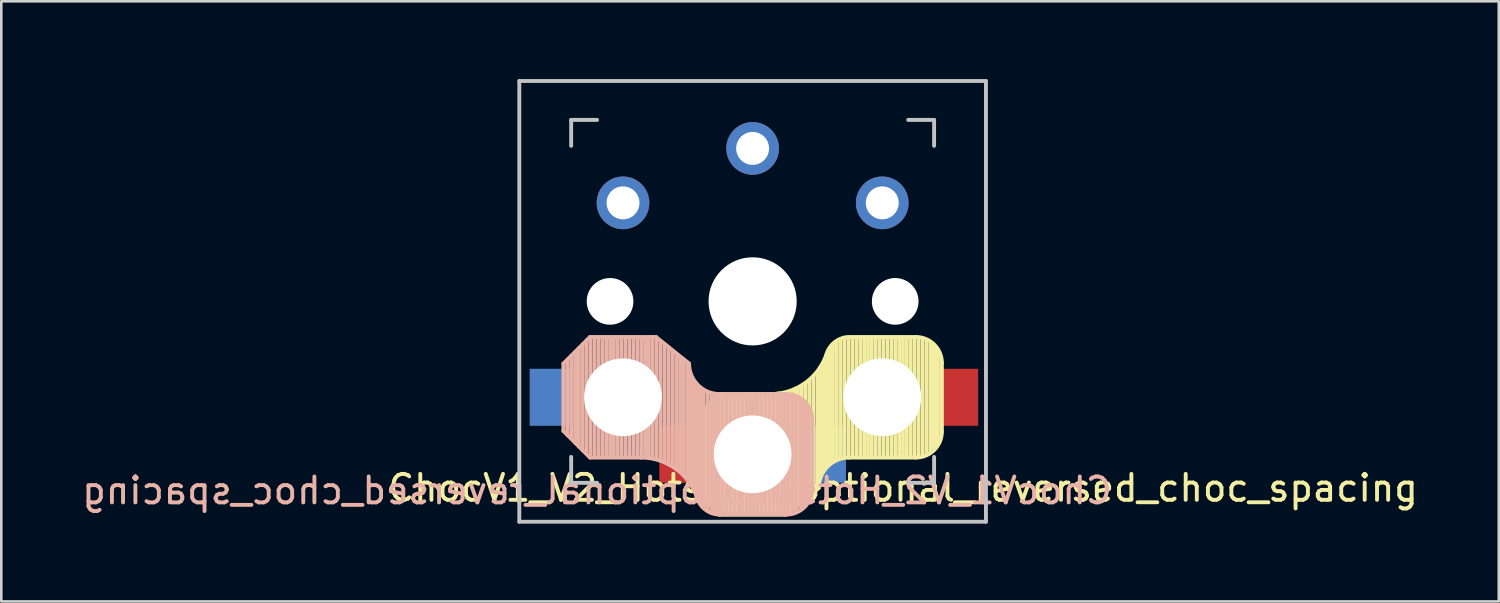
<source format=kicad_pcb>
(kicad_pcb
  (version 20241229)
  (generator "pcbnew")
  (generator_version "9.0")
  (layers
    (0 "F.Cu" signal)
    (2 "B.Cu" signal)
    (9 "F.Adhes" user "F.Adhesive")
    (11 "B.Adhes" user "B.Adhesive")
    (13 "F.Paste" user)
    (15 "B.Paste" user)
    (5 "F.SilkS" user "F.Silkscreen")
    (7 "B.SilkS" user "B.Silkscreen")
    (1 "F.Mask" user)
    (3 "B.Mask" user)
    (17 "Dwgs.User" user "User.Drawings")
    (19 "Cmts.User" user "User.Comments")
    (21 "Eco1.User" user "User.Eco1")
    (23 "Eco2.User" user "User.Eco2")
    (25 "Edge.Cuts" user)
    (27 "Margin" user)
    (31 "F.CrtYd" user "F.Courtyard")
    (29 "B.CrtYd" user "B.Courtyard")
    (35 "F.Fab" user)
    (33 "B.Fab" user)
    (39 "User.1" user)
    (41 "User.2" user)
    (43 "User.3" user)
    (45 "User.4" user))
  (footprint "ChocV1_V2_Hotswap_optional_reversed_choc_spacing"
    (layer "F.Cu")
    (at 25.982 8.575)
    (property "Reference" "ChocV1_V2_Hotswap_optional_reversed_choc_spacing" (at 5.8 7.2 0) (unlocked yes) (layer "F.SilkS") (effects (font (size 1 1) (thickness 0.15))))
    (attr through_hole)
    (fp_line (start -2.3 4.6) (end -1.275 3.575) (stroke (width 0.15) (type solid)) (layer "F.SilkS"))
    (fp_line (start -2.3 7.2) (end -2.3 4.6) (stroke (width 0.15) (type solid)) (layer "F.SilkS"))
    (fp_line (start -2.3 7.2) (end -1.275 8.225) (stroke (width 0.15) (type solid)) (layer "F.SilkS"))
    (fp_line (start -2.15 4.45) (end -2.15 7.35) (stroke (width 0.15) (type solid)) (layer "F.SilkS"))
    (fp_line (start -2 4.35) (end -2 7.5) (stroke (width 0.15) (type solid)) (layer "F.SilkS"))
    (fp_line (start -1.85 4.15) (end -1.85 7.65) (stroke (width 0.15) (type solid)) (layer "F.SilkS"))
    (fp_line (start -1.7 4) (end -1.7 7.8) (stroke (width 0.15) (type solid)) (layer "F.SilkS"))
    (fp_line (start -1.55 3.85) (end -1.55 7.95) (stroke (width 0.15) (type solid)) (layer "F.SilkS"))
    (fp_line (start -1.4 3.75) (end -1.4 8.1) (stroke (width 0.15) (type solid)) (layer "F.SilkS"))
    (fp_line (start -1.25 3.6) (end -1.25 8.2) (stroke (width 0.15) (type solid)) (layer "F.SilkS"))
    (fp_line (start -1.1 3.6) (end -1.1 8.2) (stroke (width 0.15) (type solid)) (layer "F.SilkS"))
    (fp_line (start -0.95 3.6) (end -0.95 8.2) (stroke (width 0.15) (type solid)) (layer "F.SilkS"))
    (fp_line (start -0.8 3.6) (end -0.8 8.2) (stroke (width 0.15) (type solid)) (layer "F.SilkS"))
    (fp_line (start -0.65 3.6) (end -0.65 8.2) (stroke (width 0.15) (type solid)) (layer "F.SilkS"))
    (fp_line (start -0.5 3.6) (end -0.5 8.2) (stroke (width 0.15) (type solid)) (layer "F.SilkS"))
    (fp_line (start -0.35 3.6) (end -0.35 8.2) (stroke (width 0.15) (type solid)) (layer "F.SilkS"))
    (fp_line (start -0.2 3.6) (end -0.2 8.2) (stroke (width 0.15) (type solid)) (layer "F.SilkS"))
    (fp_line (start -0.05 3.6) (end -0.05 8.2) (stroke (width 0.15) (type solid)) (layer "F.SilkS"))
    (fp_line (start 0.1 3.6) (end 0.1 8.2) (stroke (width 0.15) (type solid)) (layer "F.SilkS"))
    (fp_line (start 0.25 3.6) (end 0.25 8.2) (stroke (width 0.15) (type solid)) (layer "F.SilkS"))
    (fp_line (start 0.4 3.6) (end 0.4 8.2) (stroke (width 0.15) (type solid)) (layer "F.SilkS"))
    (fp_line (start 0.55 3.6) (end 0.55 8.2) (stroke (width 0.15) (type solid)) (layer "F.SilkS"))
    (fp_line (start 0.7 3.575) (end -1.275 3.575) (stroke (width 0.15) (type solid)) (layer "F.SilkS"))
    (fp_line (start 0.7 3.6) (end 0.7 8.2) (stroke (width 0.15) (type solid)) (layer "F.SilkS"))
    (fp_line (start 0.85 3.6) (end 0.85 8.15) (stroke (width 0.15) (type solid)) (layer "F.SilkS"))
    (fp_line (start 1 3.55) (end 1 8.2) (stroke (width 0.15) (type solid)) (layer "F.SilkS"))
    (fp_line (start 1.15 3.55) (end 1.15 8.2) (stroke (width 0.15) (type solid)) (layer "F.SilkS"))
    (fp_line (start 1.275 8.225) (end -1.275 8.225) (stroke (width 0.15) (type solid)) (layer "F.SilkS"))
    (fp_line (start 1.275 8.225) (end 2.55 7.2) (stroke (width 0.15) (type solid)) (layer "F.SilkS"))
    (fp_line (start 1.3 3.55) (end 1.3 8.15) (stroke (width 0.15) (type solid)) (layer "F.SilkS"))
    (fp_line (start 1.45 3.5) (end 1.45 8.05) (stroke (width 0.15) (type solid)) (layer "F.SilkS"))
    (fp_line (start 1.6 3.4) (end 1.6 7.95) (stroke (width 0.15) (type solid)) (layer "F.SilkS"))
    (fp_line (start 1.75 3.35) (end 1.75 7.8) (stroke (width 0.15) (type solid)) (layer "F.SilkS"))
    (fp_line (start 1.9 3.25) (end 1.9 7.7) (stroke (width 0.15) (type solid)) (layer "F.SilkS"))
    (fp_line (start 2.05 3.15) (end 2.05 7.55) (stroke (width 0.15) (type solid)) (layer "F.SilkS"))
    (fp_line (start 2.2 3.05) (end 2.2 7.45) (stroke (width 0.15) (type solid)) (layer "F.SilkS"))
    (fp_line (start 2.35 2.9) (end 2.35 7.35) (stroke (width 0.15) (type solid)) (layer "F.SilkS"))
    (fp_line (start 2.5 2.75) (end 2.5 7.2) (stroke (width 0.15) (type solid)) (layer "F.SilkS"))
    (fp_line (start 2.6 2.55) (end 2.6 6.7) (stroke (width 0.15) (type solid)) (layer "F.SilkS"))
    (fp_line (start 2.7 2.4) (end 2.7 6.55) (stroke (width 0.15) (type solid)) (layer "F.SilkS"))
    (fp_line (start 2.8 2.2) (end 2.8 6.35) (stroke (width 0.15) (type solid)) (layer "F.SilkS"))
    (fp_line (start 2.9 2.05) (end 2.9 6.25) (stroke (width 0.15) (type solid)) (layer "F.SilkS"))
    (fp_line (start 3 1.8) (end 3 6.2) (stroke (width 0.15) (type solid)) (layer "F.SilkS"))
    (fp_line (start 3.1 1.65) (end 3.1 6.15) (stroke (width 0.15) (type solid)) (layer "F.SilkS"))
    (fp_line (start 3.25 1.55) (end 3.25 6.1) (stroke (width 0.15) (type solid)) (layer "F.SilkS"))
    (fp_line (start 3.4 1.45) (end 3.4 6) (stroke (width 0.15) (type solid)) (layer "F.SilkS"))
    (fp_line (start 3.55 1.4) (end 3.55 6) (stroke (width 0.15) (type solid)) (layer "F.SilkS"))
    (fp_line (start 3.7 1.4) (end 3.7 6) (stroke (width 0.15) (type solid)) (layer "F.SilkS"))
    (fp_line (start 3.85 1.4) (end 3.85 5.95) (stroke (width 0.15) (type solid)) (layer "F.SilkS"))
    (fp_line (start 4 1.4) (end 4 6) (stroke (width 0.15) (type solid)) (layer "F.SilkS"))
    (fp_line (start 4.15 1.4) (end 4.15 6) (stroke (width 0.15) (type solid)) (layer "F.SilkS"))
    (fp_line (start 4.3 1.4) (end 4.3 6) (stroke (width 0.15) (type solid)) (layer "F.SilkS"))
    (fp_line (start 4.45 1.4) (end 4.45 6) (stroke (width 0.15) (type solid)) (layer "F.SilkS"))
    (fp_line (start 4.6 1.4) (end 4.6 6) (stroke (width 0.15) (type solid)) (layer "F.SilkS"))
    (fp_line (start 4.75 1.4) (end 4.75 6) (stroke (width 0.15) (type solid)) (layer "F.SilkS"))
    (fp_line (start 4.9 1.4) (end 4.9 6) (stroke (width 0.15) (type solid)) (layer "F.SilkS"))
    (fp_line (start 5.05 1.4) (end 5.05 6) (stroke (width 0.15) (type solid)) (layer "F.SilkS"))
    (fp_line (start 5.2 1.4) (end 5.2 6) (stroke (width 0.15) (type solid)) (layer "F.SilkS"))
    (fp_line (start 5.35 1.4) (end 5.35 6) (stroke (width 0.15) (type solid)) (layer "F.SilkS"))
    (fp_line (start 5.5 1.4) (end 5.5 6) (stroke (width 0.15) (type solid)) (layer "F.SilkS"))
    (fp_line (start 5.65 1.4) (end 5.65 6) (stroke (width 0.15) (type solid)) (layer "F.SilkS"))
    (fp_line (start 5.8 1.4) (end 5.8 6) (stroke (width 0.15) (type solid)) (layer "F.SilkS"))
    (fp_line (start 5.95 1.4) (end 5.95 6) (stroke (width 0.15) (type solid)) (layer "F.SilkS"))
    (fp_line (start 6.1 1.4) (end 6.1 6) (stroke (width 0.15) (type solid)) (layer "F.SilkS"))
    (fp_line (start 6.25 1.4) (end 6.25 6) (stroke (width 0.15) (type solid)) (layer "F.SilkS"))
    (fp_line (start 6.3 1.375) (end 3.7 1.375) (stroke (width 0.15) (type solid)) (layer "F.SilkS"))
    (fp_line (start 6.3 6.025) (end 3.725 6.025) (stroke (width 0.15) (type solid)) (layer "F.SilkS"))
    (fp_line (start 6.4 1.4) (end 6.4 5.95) (stroke (width 0.15) (type solid)) (layer "F.SilkS"))
    (fp_line (start 6.55 1.45) (end 6.55 5.95) (stroke (width 0.15) (type solid)) (layer "F.SilkS"))
    (fp_line (start 6.7 1.5) (end 6.7 5.9) (stroke (width 0.15) (type solid)) (layer "F.SilkS"))
    (fp_line (start 6.85 1.6) (end 6.85 5.8) (stroke (width 0.15) (type solid)) (layer "F.SilkS"))
    (fp_line (start 6.95 1.7) (end 6.95 5.65) (stroke (width 0.15) (type solid)) (layer "F.SilkS"))
    (fp_line (start 7.05 1.8) (end 7.05 5.55) (stroke (width 0.15) (type solid)) (layer "F.SilkS"))
    (fp_line (start 7.15 1.95) (end 7.15 5.5) (stroke (width 0.15) (type solid)) (layer "F.SilkS"))
    (fp_line (start 7.3 5.025) (end 7.3 2.375) (stroke (width 0.15) (type solid)) (layer "F.SilkS"))
    (fp_arc (start 2.55 7.2) (mid 2.89415 6.36915) (end 3.725 6.025) (stroke (width 0.15) (type solid)) (layer "F.SilkS"))
    (fp_arc (start 2.837801 2.078096) (mid 2.004887 3.163571) (end 0.7 3.575) (stroke (width 0.15) (type solid)) (layer "F.SilkS"))
    (fp_arc (start 2.837801 2.078096) (mid 3.151716 1.583979) (end 3.699005 1.376209) (stroke (width 0.15) (type solid)) (layer "F.SilkS"))
    (fp_arc (start 6.3 1.375) (mid 7.007107 1.667893) (end 7.3 2.375) (stroke (width 0.15) (type solid)) (layer "F.SilkS"))
    (fp_arc (start 7.3 5.025) (mid 7.007107 5.732107) (end 6.3 6.025) (stroke (width 0.15) (type solid)) (layer "F.SilkS"))
    (fp_line (start -7.3 2.4) (end -7.3 5) (stroke (width 0.15) (type solid)) (layer "B.SilkS"))
    (fp_line (start -7.3 2.4) (end -6.275 1.375) (stroke (width 0.15) (type solid)) (layer "B.SilkS"))
    (fp_line (start -7.3 5) (end -6.275 6.025) (stroke (width 0.15) (type solid)) (layer "B.SilkS"))
    (fp_line (start -7.15 5.15) (end -7.15 2.25) (stroke (width 0.15) (type solid)) (layer "B.SilkS"))
    (fp_line (start -7 5.25) (end -7 2.1) (stroke (width 0.15) (type solid)) (layer "B.SilkS"))
    (fp_line (start -6.85 5.45) (end -6.85 1.95) (stroke (width 0.15) (type solid)) (layer "B.SilkS"))
    (fp_line (start -6.7 5.6) (end -6.7 1.8) (stroke (width 0.15) (type solid)) (layer "B.SilkS"))
    (fp_line (start -6.55 5.75) (end -6.55 1.65) (stroke (width 0.15) (type solid)) (layer "B.SilkS"))
    (fp_line (start -6.4 5.85) (end -6.4 1.5) (stroke (width 0.15) (type solid)) (layer "B.SilkS"))
    (fp_line (start -6.25 6) (end -6.25 1.4) (stroke (width 0.15) (type solid)) (layer "B.SilkS"))
    (fp_line (start -6.1 6) (end -6.1 1.4) (stroke (width 0.15) (type solid)) (layer "B.SilkS"))
    (fp_line (start -5.95 6) (end -5.95 1.4) (stroke (width 0.15) (type solid)) (layer "B.SilkS"))
    (fp_line (start -5.8 6) (end -5.8 1.4) (stroke (width 0.15) (type solid)) (layer "B.SilkS"))
    (fp_line (start -5.65 6) (end -5.65 1.4) (stroke (width 0.15) (type solid)) (layer "B.SilkS"))
    (fp_line (start -5.5 6) (end -5.5 1.4) (stroke (width 0.15) (type solid)) (layer "B.SilkS"))
    (fp_line (start -5.35 6) (end -5.35 1.4) (stroke (width 0.15) (type solid)) (layer "B.SilkS"))
    (fp_line (start -5.2 6) (end -5.2 1.4) (stroke (width 0.15) (type solid)) (layer "B.SilkS"))
    (fp_line (start -5.05 6) (end -5.05 1.4) (stroke (width 0.15) (type solid)) (layer "B.SilkS"))
    (fp_line (start -4.9 6) (end -4.9 1.4) (stroke (width 0.15) (type solid)) (layer "B.SilkS"))
    (fp_line (start -4.75 6) (end -4.75 1.4) (stroke (width 0.15) (type solid)) (layer "B.SilkS"))
    (fp_line (start -4.6 6) (end -4.6 1.4) (stroke (width 0.15) (type solid)) (layer "B.SilkS"))
    (fp_line (start -4.45 6) (end -4.45 1.4) (stroke (width 0.15) (type solid)) (layer "B.SilkS"))
    (fp_line (start -4.3 6) (end -4.3 1.4) (stroke (width 0.15) (type solid)) (layer "B.SilkS"))
    (fp_line (start -4.3 6.025) (end -6.275 6.025) (stroke (width 0.15) (type solid)) (layer "B.SilkS"))
    (fp_line (start -4.15 6) (end -4.15 1.45) (stroke (width 0.15) (type solid)) (layer "B.SilkS"))
    (fp_line (start -4 6.05) (end -4 1.4) (stroke (width 0.15) (type solid)) (layer "B.SilkS"))
    (fp_line (start -3.85 6.05) (end -3.85 1.4) (stroke (width 0.15) (type solid)) (layer "B.SilkS"))
    (fp_line (start -3.725 1.375) (end -6.275 1.375) (stroke (width 0.15) (type solid)) (layer "B.SilkS"))
    (fp_line (start -3.725 1.375) (end -2.45 2.4) (stroke (width 0.15) (type solid)) (layer "B.SilkS"))
    (fp_line (start -3.7 6.05) (end -3.7 1.45) (stroke (width 0.15) (type solid)) (layer "B.SilkS"))
    (fp_line (start -3.55 6.1) (end -3.55 1.55) (stroke (width 0.15) (type solid)) (layer "B.SilkS"))
    (fp_line (start -3.4 6.2) (end -3.4 1.65) (stroke (width 0.15) (type solid)) (layer "B.SilkS"))
    (fp_line (start -3.25 6.25) (end -3.25 1.8) (stroke (width 0.15) (type solid)) (layer "B.SilkS"))
    (fp_line (start -3.1 6.35) (end -3.1 1.9) (stroke (width 0.15) (type solid)) (layer "B.SilkS"))
    (fp_line (start -2.95 6.45) (end -2.95 2.05) (stroke (width 0.15) (type solid)) (layer "B.SilkS"))
    (fp_line (start -2.8 6.55) (end -2.8 2.15) (stroke (width 0.15) (type solid)) (layer "B.SilkS"))
    (fp_line (start -2.65 6.7) (end -2.65 2.25) (stroke (width 0.15) (type solid)) (layer "B.SilkS"))
    (fp_line (start -2.5 6.85) (end -2.5 2.4) (stroke (width 0.15) (type solid)) (layer "B.SilkS"))
    (fp_line (start -2.4 7.05) (end -2.4 2.9) (stroke (width 0.15) (type solid)) (layer "B.SilkS"))
    (fp_line (start -2.3 7.2) (end -2.3 3.05) (stroke (width 0.15) (type solid)) (layer "B.SilkS"))
    (fp_line (start -2.2 7.4) (end -2.2 3.25) (stroke (width 0.15) (type solid)) (layer "B.SilkS"))
    (fp_line (start -2.1 7.55) (end -2.1 3.35) (stroke (width 0.15) (type solid)) (layer "B.SilkS"))
    (fp_line (start -2 7.8) (end -2 3.4) (stroke (width 0.15) (type solid)) (layer "B.SilkS"))
    (fp_line (start -1.9 7.95) (end -1.9 3.45) (stroke (width 0.15) (type solid)) (layer "B.SilkS"))
    (fp_line (start -1.75 8.05) (end -1.75 3.5) (stroke (width 0.15) (type solid)) (layer "B.SilkS"))
    (fp_line (start -1.6 8.15) (end -1.6 3.6) (stroke (width 0.15) (type solid)) (layer "B.SilkS"))
    (fp_line (start -1.45 8.2) (end -1.45 3.6) (stroke (width 0.15) (type solid)) (layer "B.SilkS"))
    (fp_line (start -1.3 8.2) (end -1.3 3.6) (stroke (width 0.15) (type solid)) (layer "B.SilkS"))
    (fp_line (start -1.15 8.2) (end -1.15 3.65) (stroke (width 0.15) (type solid)) (layer "B.SilkS"))
    (fp_line (start -1 8.2) (end -1 3.6) (stroke (width 0.15) (type solid)) (layer "B.SilkS"))
    (fp_line (start -0.85 8.2) (end -0.85 3.6) (stroke (width 0.15) (type solid)) (layer "B.SilkS"))
    (fp_line (start -0.7 8.2) (end -0.7 3.6) (stroke (width 0.15) (type solid)) (layer "B.SilkS"))
    (fp_line (start -0.55 8.2) (end -0.55 3.6) (stroke (width 0.15) (type solid)) (layer "B.SilkS"))
    (fp_line (start -0.4 8.2) (end -0.4 3.6) (stroke (width 0.15) (type solid)) (layer "B.SilkS"))
    (fp_line (start -0.25 8.2) (end -0.25 3.6) (stroke (width 0.15) (type solid)) (layer "B.SilkS"))
    (fp_line (start -0.1 8.2) (end -0.1 3.6) (stroke (width 0.15) (type solid)) (layer "B.SilkS"))
    (fp_line (start 0.05 8.2) (end 0.05 3.6) (stroke (width 0.15) (type solid)) (layer "B.SilkS"))
    (fp_line (start 0.2 8.2) (end 0.2 3.6) (stroke (width 0.15) (type solid)) (layer "B.SilkS"))
    (fp_line (start 0.35 8.2) (end 0.35 3.6) (stroke (width 0.15) (type solid)) (layer "B.SilkS"))
    (fp_line (start 0.5 8.2) (end 0.5 3.6) (stroke (width 0.15) (type solid)) (layer "B.SilkS"))
    (fp_line (start 0.65 8.2) (end 0.65 3.6) (stroke (width 0.15) (type solid)) (layer "B.SilkS"))
    (fp_line (start 0.8 8.2) (end 0.8 3.6) (stroke (width 0.15) (type solid)) (layer "B.SilkS"))
    (fp_line (start 0.95 8.2) (end 0.95 3.6) (stroke (width 0.15) (type solid)) (layer "B.SilkS"))
    (fp_line (start 1.1 8.2) (end 1.1 3.6) (stroke (width 0.15) (type solid)) (layer "B.SilkS"))
    (fp_line (start 1.25 8.2) (end 1.25 3.6) (stroke (width 0.15) (type solid)) (layer "B.SilkS"))
    (fp_line (start 1.3 3.575) (end -1.275 3.575) (stroke (width 0.15) (type solid)) (layer "B.SilkS"))
    (fp_line (start 1.3 8.225) (end -1.3 8.225) (stroke (width 0.15) (type solid)) (layer "B.SilkS"))
    (fp_line (start 1.4 8.2) (end 1.4 3.65) (stroke (width 0.15) (type solid)) (layer "B.SilkS"))
    (fp_line (start 1.55 8.15) (end 1.55 3.65) (stroke (width 0.15) (type solid)) (layer "B.SilkS"))
    (fp_line (start 1.7 8.1) (end 1.7 3.7) (stroke (width 0.15) (type solid)) (layer "B.SilkS"))
    (fp_line (start 1.85 8) (end 1.85 3.8) (stroke (width 0.15) (type solid)) (layer "B.SilkS"))
    (fp_line (start 1.95 7.9) (end 1.95 3.95) (stroke (width 0.15) (type solid)) (layer "B.SilkS"))
    (fp_line (start 2.05 7.8) (end 2.05 4.05) (stroke (width 0.15) (type solid)) (layer "B.SilkS"))
    (fp_line (start 2.15 7.65) (end 2.15 4.1) (stroke (width 0.15) (type solid)) (layer "B.SilkS"))
    (fp_line (start 2.3 4.575) (end 2.3 7.225) (stroke (width 0.15) (type solid)) (layer "B.SilkS"))
    (fp_arc (start -4.3 6.025) (mid -2.995114 6.436429) (end -2.162199 7.521904) (stroke (width 0.15) (type solid)) (layer "B.SilkS"))
    (fp_arc (start -1.300995 8.223791) (mid -1.848286 8.016021) (end -2.162199 7.521904) (stroke (width 0.15) (type solid)) (layer "B.SilkS"))
    (fp_arc (start -1.275 3.575) (mid -2.10585 3.23085) (end -2.45 2.4) (stroke (width 0.15) (type solid)) (layer "B.SilkS"))
    (fp_arc (start 1.3 3.575) (mid 2.007107 3.867893) (end 2.3 4.575) (stroke (width 0.15) (type solid)) (layer "B.SilkS"))
    (fp_arc (start 2.3 7.225) (mid 2.007107 7.932107) (end 1.3 8.225) (stroke (width 0.15) (type solid)) (layer "B.SilkS"))
    (fp_line (start -9 -8.5) (end 9 -8.5) (stroke (width 0.15) (type solid)) (layer "Dwgs.User"))
    (fp_line (start -9 8.5) (end -9 -8.5) (stroke (width 0.15) (type solid)) (layer "Dwgs.User"))
    (fp_line (start -7 -7) (end -6 -7) (stroke (width 0.15) (type solid)) (layer "Dwgs.User"))
    (fp_line (start -7 -6) (end -7 -7) (stroke (width 0.15) (type solid)) (layer "Dwgs.User"))
    (fp_line (start -7 7) (end -7 6) (stroke (width 0.15) (type solid)) (layer "Dwgs.User"))
    (fp_line (start -6 7) (end -7 7) (stroke (width 0.15) (type solid)) (layer "Dwgs.User"))
    (fp_line (start 6 7) (end 7 7) (stroke (width 0.15) (type solid)) (layer "Dwgs.User"))
    (fp_line (start 7 -7) (end 6 -7) (stroke (width 0.15) (type solid)) (layer "Dwgs.User"))
    (fp_line (start 7 -6) (end 7 -7) (stroke (width 0.15) (type solid)) (layer "Dwgs.User"))
    (fp_line (start 7 7) (end 7 6) (stroke (width 0.15) (type solid)) (layer "Dwgs.User"))
    (fp_line (start 9 -8.5) (end 9 8.5) (stroke (width 0.15) (type solid)) (layer "Dwgs.User"))
    (fp_line (start 9 8.5) (end -9 8.5) (stroke (width 0.15) (type solid)) (layer "Dwgs.User"))
    (fp_text user "${REFERENCE}" (at -6 7.3 0) (unlocked yes) (layer "B.SilkS") (effects (font (size 1 1) (thickness 0.15)) (justify mirror)))
    (pad "" np_thru_hole circle (at -5.5 0 90) (size 1.8 1.8) (drill 1.8) (layers "*.Cu" "*.Mask"))
    (pad "" np_thru_hole circle (at -5 3.7 90) (size 3 3) (drill 3) (layers "*.Cu" "*.Mask"))
    (pad "" np_thru_hole circle (at 0 0 90) (size 3.4 3.4) (drill 3.4) (layers "*.Cu" "*.Mask"))
    (pad "" np_thru_hole circle (at 0 5.9 90) (size 3 3) (drill 3) (layers "*.Cu" "*.Mask"))
    (pad "" np_thru_hole circle (at 5 3.7 270) (size 3 3) (drill 3) (layers "*.Cu" "*.Mask"))
    (pad "" np_thru_hole circle (at 5.5 0 90) (size 1.8 1.8) (drill 1.8) (layers "*.Cu" "*.Mask"))
    (pad "1" smd rect (at -7.8 3.7 180) (size 1.6 2.2) (layers "B.Cu" "B.Mask" "B.Paste"))
    (pad "1" thru_hole circle (at 0 -5.9 180) (size 2.032 2.032) (drill 1.27) (layers "*.Cu" "*.Mask"))
    (pad "1" smd rect (at 7.9 3.7 180) (size 1.6 2.2) (layers "F.Cu" "F.Mask" "F.Paste"))
    (pad "2" thru_hole circle (at -5 -3.8 180) (size 2.032 2.032) (drill 1.27) (layers "*.Cu" "*.Mask"))
    (pad "2" smd rect (at -2.8 5.9 180) (size 1.6 2.2) (layers "F.Cu" "F.Mask" "F.Paste"))
    (pad "2" smd rect (at 2.8 5.9 180) (size 1.6 2.2) (layers "B.Cu" "B.Mask" "B.Paste"))
    (pad "2" thru_hole circle (at 5 -3.8 180) (size 2.032 2.032) (drill 1.27) (layers "*.Cu" "*.Mask")))
  (gr_rect
    (start -3 -3)
    (end 54.764 20.15)
    (stroke (width 0.1) (type default))
    (fill no)
    (layer "Edge.Cuts")))
</source>
